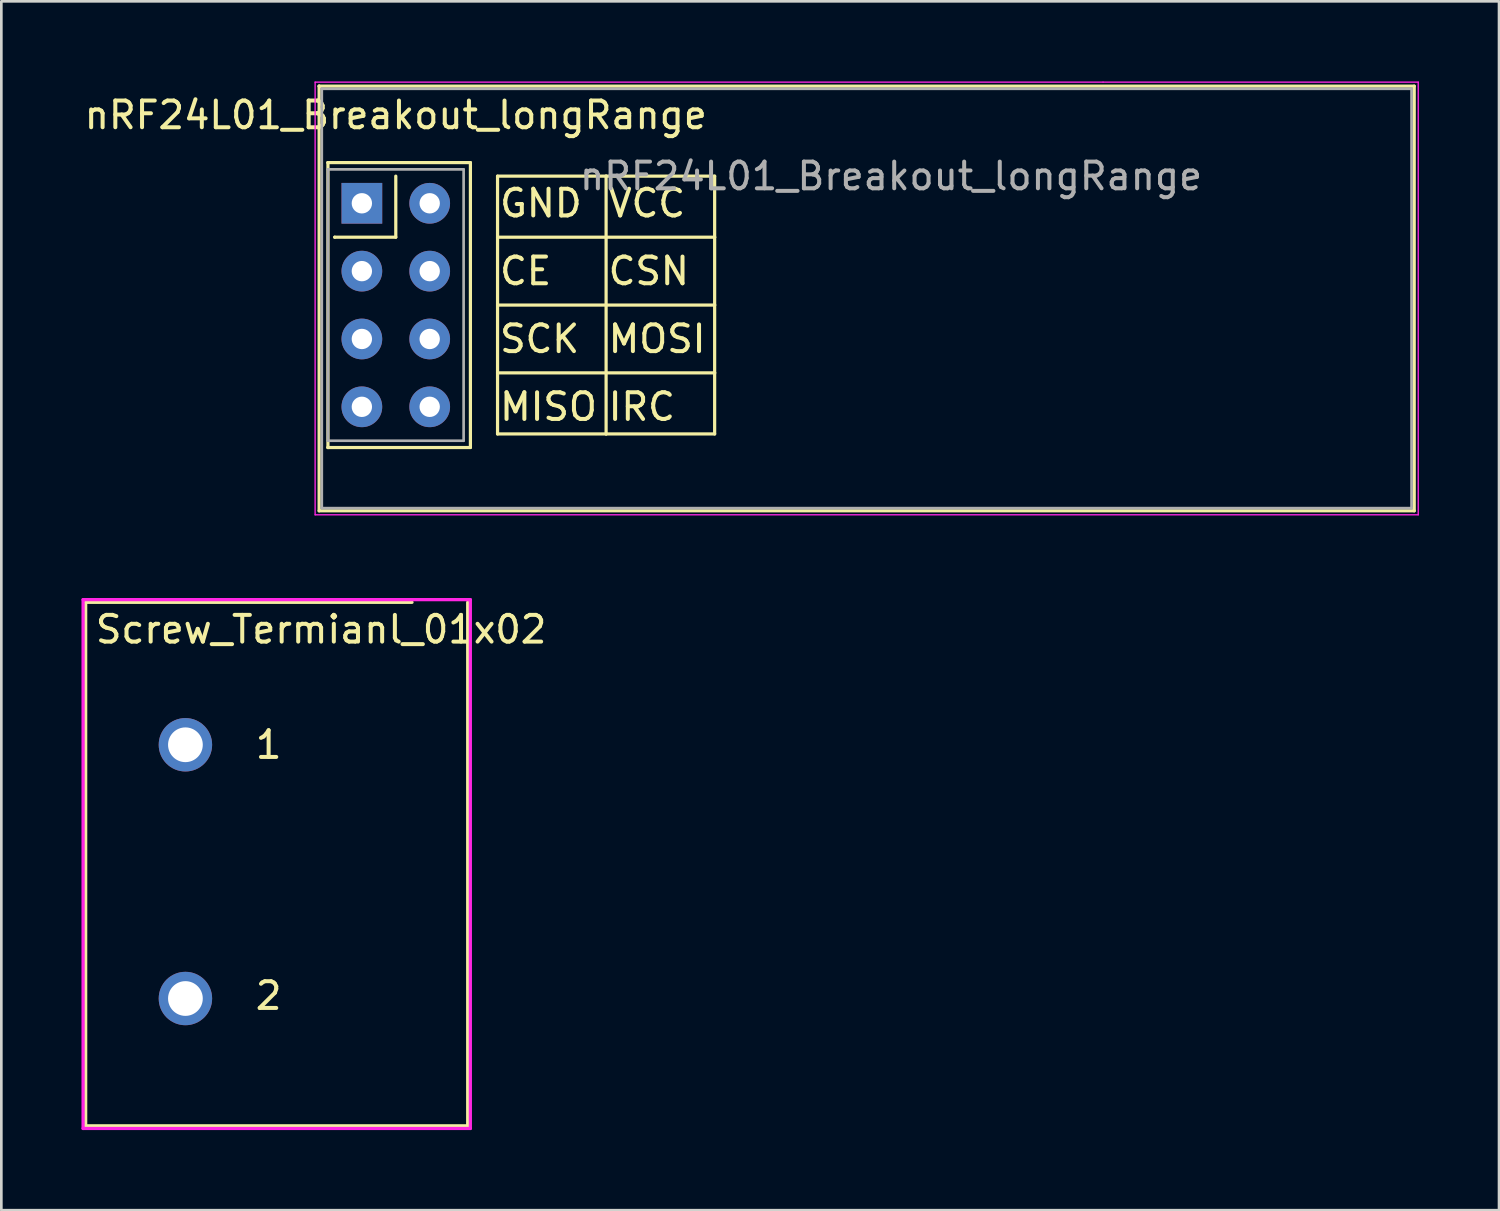
<source format=kicad_pcb>
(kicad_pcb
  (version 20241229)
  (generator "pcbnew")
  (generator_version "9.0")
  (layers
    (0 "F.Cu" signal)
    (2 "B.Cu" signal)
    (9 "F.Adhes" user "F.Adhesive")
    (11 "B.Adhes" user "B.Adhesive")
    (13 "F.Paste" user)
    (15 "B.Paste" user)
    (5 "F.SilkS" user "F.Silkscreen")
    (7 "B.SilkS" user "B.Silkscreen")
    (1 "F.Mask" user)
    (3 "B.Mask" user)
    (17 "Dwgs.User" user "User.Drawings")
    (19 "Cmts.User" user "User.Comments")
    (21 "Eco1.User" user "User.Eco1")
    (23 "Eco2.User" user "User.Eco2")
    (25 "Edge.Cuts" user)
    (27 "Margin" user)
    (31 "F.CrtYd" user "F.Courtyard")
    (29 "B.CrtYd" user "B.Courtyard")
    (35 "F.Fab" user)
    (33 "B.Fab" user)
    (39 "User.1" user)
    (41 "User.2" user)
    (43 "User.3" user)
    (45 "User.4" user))
  (footprint "nRF24L01_Breakout_longRange"
    (layer "F.Cu")
    (at 10.498 2.275)
    (property "Reference" "nRF24L01_Breakout_longRange" (at 1.27 -1.016 0) (layer "F.SilkS") (effects (font (size 1 1) (thickness 0.15))))
    (attr through_hole)
    (fp_line (start -1.6 -2.1) (end -1.6 -2.1) (stroke (width 0.12) (type solid)) (layer "F.SilkS"))
    (fp_line (start -1.6 -2.1) (end 39.4 -2.1) (stroke (width 0.12) (type solid)) (layer "F.SilkS"))
    (fp_line (start -1.6 13.8) (end -1.6 -2.1) (stroke (width 0.12) (type solid)) (layer "F.SilkS"))
    (fp_line (start -1.27 0.762) (end -1.27 0.762) (stroke (width 0.12) (type solid)) (layer "F.SilkS"))
    (fp_line (start -1.27 0.762) (end 4.064 0.762) (stroke (width 0.12) (type solid)) (layer "F.SilkS"))
    (fp_line (start -1.27 11.43) (end -1.27 0.762) (stroke (width 0.12) (type solid)) (layer "F.SilkS"))
    (fp_line (start -1.27 11.43) (end -1.27 11.43) (stroke (width 0.12) (type solid)) (layer "F.SilkS"))
    (fp_line (start -1.016 3.556) (end -1.016 3.556) (stroke (width 0.12) (type solid)) (layer "F.SilkS"))
    (fp_line (start 1.27 1.27) (end 1.27 3.556) (stroke (width 0.12) (type solid)) (layer "F.SilkS"))
    (fp_line (start 1.27 3.556) (end -1.016 3.556) (stroke (width 0.12) (type solid)) (layer "F.SilkS"))
    (fp_line (start 4.064 0.762) (end 4.064 11.43) (stroke (width 0.12) (type solid)) (layer "F.SilkS"))
    (fp_line (start 4.064 11.43) (end -1.27 11.43) (stroke (width 0.12) (type solid)) (layer "F.SilkS"))
    (fp_line (start 5.08 1.27) (end 5.08 10.922) (stroke (width 0.12) (type solid)) (layer "F.SilkS"))
    (fp_line (start 5.08 8.636) (end 13.208 8.636) (stroke (width 0.12) (type solid)) (layer "F.SilkS"))
    (fp_line (start 5.08 10.922) (end 9.144 10.922) (stroke (width 0.12) (type solid)) (layer "F.SilkS"))
    (fp_line (start 9.144 1.27) (end 5.08 1.27) (stroke (width 0.12) (type solid)) (layer "F.SilkS"))
    (fp_line (start 9.144 1.27) (end 12.192 1.27) (stroke (width 0.12) (type solid)) (layer "F.SilkS"))
    (fp_line (start 9.144 10.922) (end 9.144 1.27) (stroke (width 0.12) (type solid)) (layer "F.SilkS"))
    (fp_line (start 13.208 1.27) (end 12.192 1.27) (stroke (width 0.12) (type solid)) (layer "F.SilkS"))
    (fp_line (start 13.208 3.556) (end 5.08 3.556) (stroke (width 0.12) (type solid)) (layer "F.SilkS"))
    (fp_line (start 13.208 3.556) (end 13.208 1.27) (stroke (width 0.12) (type solid)) (layer "F.SilkS"))
    (fp_line (start 13.208 6.096) (end 5.08 6.096) (stroke (width 0.12) (type solid)) (layer "F.SilkS"))
    (fp_line (start 13.208 6.096) (end 13.208 3.556) (stroke (width 0.12) (type solid)) (layer "F.SilkS"))
    (fp_line (start 13.208 8.636) (end 13.208 6.096) (stroke (width 0.12) (type solid)) (layer "F.SilkS"))
    (fp_line (start 13.208 8.636) (end 13.208 10.922) (stroke (width 0.12) (type solid)) (layer "F.SilkS"))
    (fp_line (start 13.208 10.922) (end 9.144 10.922) (stroke (width 0.12) (type solid)) (layer "F.SilkS"))
    (fp_line (start 39.4 -2.1) (end 39.4 13.8) (stroke (width 0.12) (type solid)) (layer "F.SilkS"))
    (fp_line (start 39.4 13.8) (end -1.6 13.8) (stroke (width 0.12) (type solid)) (layer "F.SilkS"))
    (fp_line (start -1.75 -2.25) (end -1.75 13.95) (stroke (width 0.05) (type solid)) (layer "F.CrtYd"))
    (fp_line (start -1.75 13.95) (end 39.55 13.95) (stroke (width 0.05) (type solid)) (layer "F.CrtYd"))
    (fp_line (start 27.75 -2.25) (end 27.75 -2.25) (stroke (width 0.05) (type solid)) (layer "F.CrtYd"))
    (fp_line (start 39.55 -2.25) (end -1.75 -2.25) (stroke (width 0.05) (type solid)) (layer "F.CrtYd"))
    (fp_line (start 39.55 13.95) (end 39.55 -2.25) (stroke (width 0.05) (type solid)) (layer "F.CrtYd"))
    (fp_line (start -1.5 -2) (end -1.5 -2) (stroke (width 0.1) (type solid)) (layer "F.Fab"))
    (fp_line (start -1.5 -2) (end 39.3 -2) (stroke (width 0.1) (type solid)) (layer "F.Fab"))
    (fp_line (start -1.5 13.7) (end -1.5 -2) (stroke (width 0.1) (type solid)) (layer "F.Fab"))
    (fp_line (start -1.27 1.016) (end -1.27 1.016) (stroke (width 0.1) (type solid)) (layer "F.Fab"))
    (fp_line (start -1.27 1.016) (end 3.81 1.016) (stroke (width 0.1) (type solid)) (layer "F.Fab"))
    (fp_line (start -1.27 11.176) (end -1.27 1.016) (stroke (width 0.1) (type solid)) (layer "F.Fab"))
    (fp_line (start 3.81 1.016) (end 3.81 11.176) (stroke (width 0.1) (type solid)) (layer "F.Fab"))
    (fp_line (start 3.81 11.176) (end -1.27 11.176) (stroke (width 0.1) (type solid)) (layer "F.Fab"))
    (fp_line (start 39.3 -2) (end 39.3 13.7) (stroke (width 0.1) (type solid)) (layer "F.Fab"))
    (fp_line (start 39.3 13.7) (end -1.5 13.7) (stroke (width 0.1) (type solid)) (layer "F.Fab"))
    (fp_text user "VCC" (at 9.144 2.286 0) (layer "F.SilkS") (effects (font (size 1 1) (thickness 0.15)) (justify left)))
    (fp_text user "CSN" (at 9.144 4.826 0) (layer "F.SilkS") (effects (font (size 1 1) (thickness 0.15)) (justify left)))
    (fp_text user "IRC" (at 9.144 9.906 0) (layer "F.SilkS") (effects (font (size 1 1) (thickness 0.15)) (justify left)))
    (fp_text user "MISO" (at 5.08 9.906 0) (layer "F.SilkS") (effects (font (size 1 1) (thickness 0.15)) (justify left)))
    (fp_text user "SCK" (at 5.08 7.366 0) (layer "F.SilkS") (effects (font (size 1 1) (thickness 0.15)) (justify left)))
    (fp_text user "MOSI" (at 9.144 7.366 0) (layer "F.SilkS") (effects (font (size 1 1) (thickness 0.15)) (justify left)))
    (fp_text user "GND" (at 5.08 2.286 0) (layer "F.SilkS") (effects (font (size 1 1) (thickness 0.15)) (justify left)))
    (fp_text user "CE" (at 5.08 4.826 0) (layer "F.SilkS") (effects (font (size 1 1) (thickness 0.15)) (justify left)))
    (fp_text user "${REFERENCE}" (at 19.812 1.27 0) (layer "F.Fab") (effects (font (size 1 1) (thickness 0.15))))
    (pad "1" thru_hole circle (at 0 4.826) (size 1.524 1.524) (drill 0.762) (layers "*.Cu" "*.Mask"))
    (pad "2" thru_hole circle (at 2.54 4.826) (size 1.524 1.524) (drill 0.762) (layers "*.Cu" "*.Mask"))
    (pad "3" thru_hole circle (at 0 7.366) (size 1.524 1.524) (drill 0.762) (layers "*.Cu" "*.Mask"))
    (pad "4" thru_hole circle (at 2.54 7.366) (size 1.524 1.524) (drill 0.762) (layers "*.Cu" "*.Mask"))
    (pad "5" thru_hole circle (at 0 9.906) (size 1.524 1.524) (drill 0.762) (layers "*.Cu" "*.Mask"))
    (pad "6" thru_hole circle (at 2.54 9.906) (size 1.524 1.524) (drill 0.762) (layers "*.Cu" "*.Mask"))
    (pad "7" thru_hole circle (at 2.54 2.286) (size 1.524 1.524) (drill 0.762) (layers "*.Cu" "*.Mask"))
    (pad "8" thru_hole rect (at 0 2.286) (size 1.524 1.524) (drill 0.762) (layers "*.Cu" "*.Mask")))
  (footprint "Screw_Termianl_01x02"
    (layer "F.Cu")
    (at 1.86 19.5)
    (property "Reference" "Screw_Termianl_01x02" (at 7.112 1.016 180) (layer "F.SilkS") (effects (font (size 1 1) (thickness 0.15))))
    (attr through_hole)
    (fp_line (start -1.702 0) (end -1.702 19.6) (stroke (width 0.12) (type solid)) (layer "F.SilkS"))
    (fp_line (start -1.702 19.6) (end 12.6 19.6) (stroke (width 0.12) (type solid)) (layer "F.SilkS"))
    (fp_line (start 10.516 0) (end -1.702 0) (stroke (width 0.12) (type solid)) (layer "F.SilkS"))
    (fp_line (start 12.6 19.6) (end 12.6 0) (stroke (width 0.12) (type solid)) (layer "F.SilkS"))
    (fp_line (start -1.8 -0.1) (end -1.8 19.7) (stroke (width 0.12) (type solid)) (layer "F.CrtYd"))
    (fp_line (start -1.8 -0.1) (end 12.7 -0.1) (stroke (width 0.12) (type solid)) (layer "F.CrtYd"))
    (fp_line (start 12.7 -0.1) (end 12.7 19.7) (stroke (width 0.12) (type solid)) (layer "F.CrtYd"))
    (fp_line (start 12.7 19.7) (end -1.8 19.7) (stroke (width 0.12) (type solid)) (layer "F.CrtYd"))
    (fp_text user "1" (at 4.572 5.334 0) (layer "F.SilkS") (effects (font (size 1 1) (thickness 0.15)) (justify left)))
    (fp_text user "2" (at 4.572 14.732 0) (layer "F.SilkS") (effects (font (size 1 1) (thickness 0.15)) (justify left)))
    (pad "1" thru_hole circle (at 2.032 5.334) (size 2 2) (drill 1.3) (layers "*.Cu" "*.Mask"))
    (pad "2" thru_hole circle (at 2.032 14.834) (size 2 2) (drill 1.3) (layers "*.Cu" "*.Mask")))
  (gr_rect
    (start -3 -3)
    (end 53.073 42.26)
    (stroke (width 0.1) (type default))
    (fill no)
    (layer "Edge.Cuts")))
</source>
